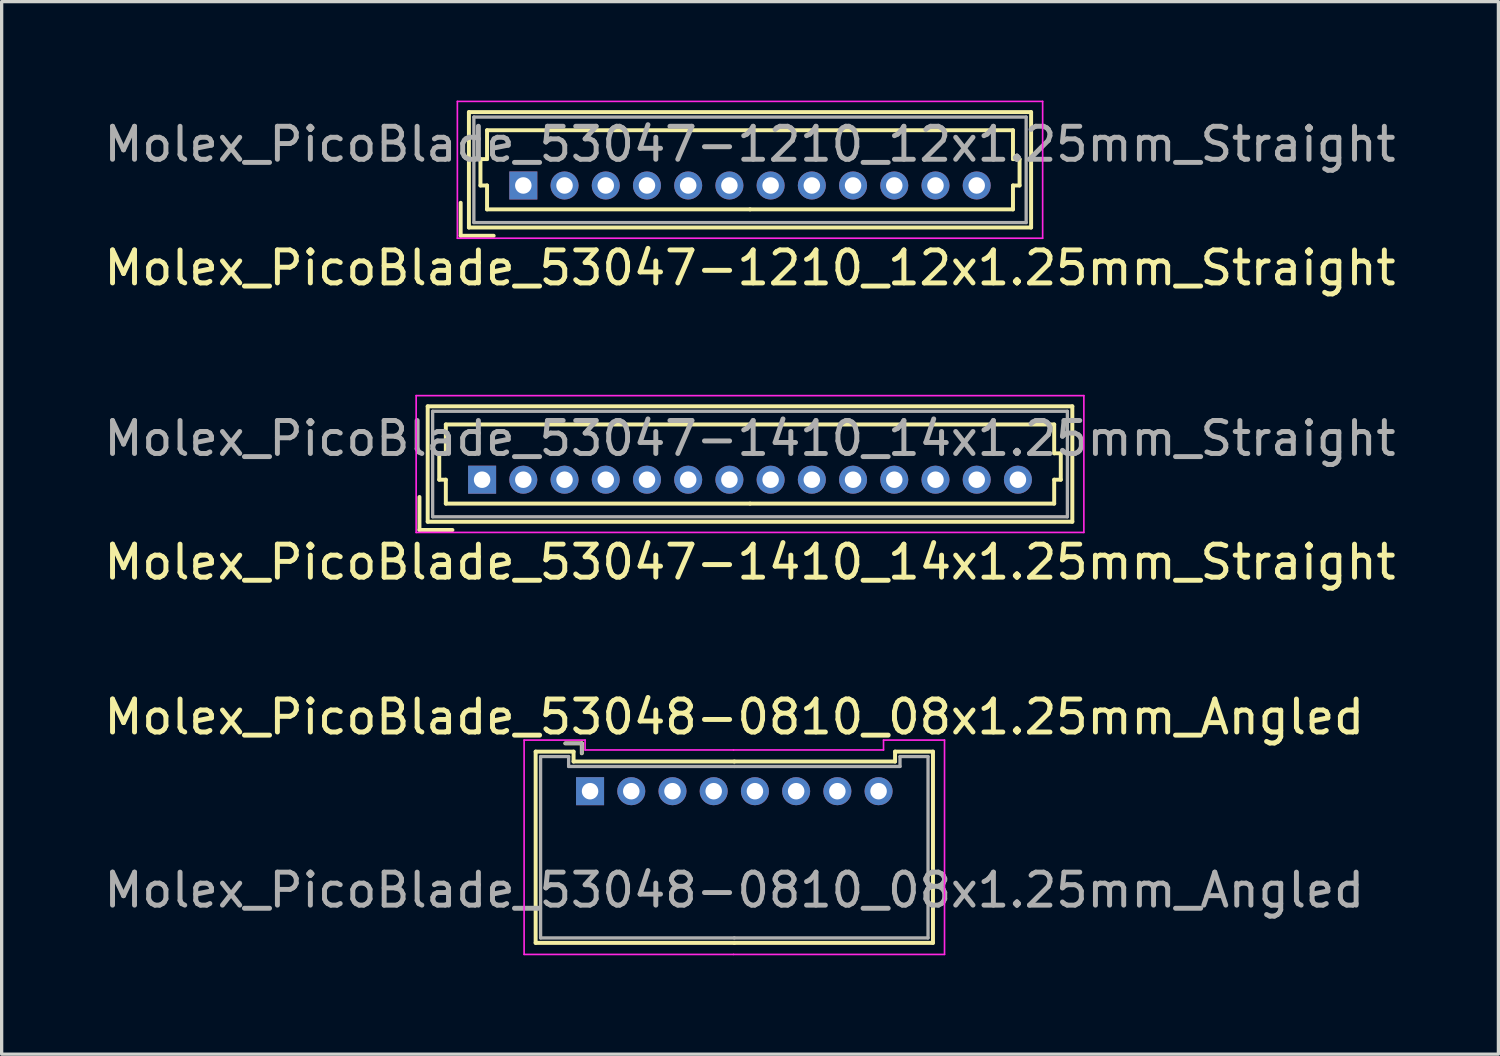
<source format=kicad_pcb>
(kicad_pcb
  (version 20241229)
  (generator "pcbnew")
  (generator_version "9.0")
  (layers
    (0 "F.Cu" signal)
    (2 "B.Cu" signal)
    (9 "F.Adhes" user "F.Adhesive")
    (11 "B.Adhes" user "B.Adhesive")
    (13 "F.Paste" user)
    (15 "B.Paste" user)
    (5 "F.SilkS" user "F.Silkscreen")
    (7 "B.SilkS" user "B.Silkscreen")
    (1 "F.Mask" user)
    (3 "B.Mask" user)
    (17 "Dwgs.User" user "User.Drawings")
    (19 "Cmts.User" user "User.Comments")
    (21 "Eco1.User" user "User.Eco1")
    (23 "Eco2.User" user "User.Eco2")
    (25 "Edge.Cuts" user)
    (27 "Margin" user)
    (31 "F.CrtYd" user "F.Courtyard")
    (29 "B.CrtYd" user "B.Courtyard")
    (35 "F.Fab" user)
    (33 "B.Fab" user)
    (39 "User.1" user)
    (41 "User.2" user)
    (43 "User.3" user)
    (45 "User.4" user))
  (footprint "Molex_PicoBlade_53047-1210_12x1.25mm_Straight"
    (layer "F.Cu")
    (at 12.821 2.575)
    (property "Reference" "Molex_PicoBlade_53047-1210_12x1.25mm_Straight" (at 6.875 2.5 0) (layer "F.SilkS") (effects (font (size 1 1) (thickness 0.15))))
    (attr through_hole)
    (fp_line (start -1.9 1.525) (end -1.9 0.525) (stroke (width 0.12) (type solid)) (layer "F.SilkS"))
    (fp_line (start -1.9 1.525) (end -0.9 1.525) (stroke (width 0.12) (type solid)) (layer "F.SilkS"))
    (fp_line (start -1.65 -2.225) (end -1.65 1.275) (stroke (width 0.12) (type solid)) (layer "F.SilkS"))
    (fp_line (start -1.65 1.275) (end 15.4 1.275) (stroke (width 0.12) (type solid)) (layer "F.SilkS"))
    (fp_line (start -1.3 -0.8) (end -1.1 -0.8) (stroke (width 0.12) (type solid)) (layer "F.SilkS"))
    (fp_line (start -1.3 0) (end -1.3 -0.8) (stroke (width 0.12) (type solid)) (layer "F.SilkS"))
    (fp_line (start -1.1 -1.675) (end 6.875 -1.675) (stroke (width 0.12) (type solid)) (layer "F.SilkS"))
    (fp_line (start -1.1 -0.8) (end -1.1 -1.675) (stroke (width 0.12) (type solid)) (layer "F.SilkS"))
    (fp_line (start -1.1 0) (end -1.3 0) (stroke (width 0.12) (type solid)) (layer "F.SilkS"))
    (fp_line (start -1.1 0.725) (end -1.1 0) (stroke (width 0.12) (type solid)) (layer "F.SilkS"))
    (fp_line (start 6.875 0.725) (end -1.1 0.725) (stroke (width 0.12) (type solid)) (layer "F.SilkS"))
    (fp_line (start 6.875 0.725) (end 14.85 0.725) (stroke (width 0.12) (type solid)) (layer "F.SilkS"))
    (fp_line (start 14.85 -1.675) (end 6.875 -1.675) (stroke (width 0.12) (type solid)) (layer "F.SilkS"))
    (fp_line (start 14.85 -0.8) (end 14.85 -1.675) (stroke (width 0.12) (type solid)) (layer "F.SilkS"))
    (fp_line (start 14.85 0) (end 15.05 0) (stroke (width 0.12) (type solid)) (layer "F.SilkS"))
    (fp_line (start 14.85 0.725) (end 14.85 0) (stroke (width 0.12) (type solid)) (layer "F.SilkS"))
    (fp_line (start 15.05 -0.8) (end 14.85 -0.8) (stroke (width 0.12) (type solid)) (layer "F.SilkS"))
    (fp_line (start 15.05 0) (end 15.05 -0.8) (stroke (width 0.12) (type solid)) (layer "F.SilkS"))
    (fp_line (start 15.4 -2.225) (end -1.65 -2.225) (stroke (width 0.12) (type solid)) (layer "F.SilkS"))
    (fp_line (start 15.4 1.275) (end 15.4 -2.225) (stroke (width 0.12) (type solid)) (layer "F.SilkS"))
    (fp_line (start -2 -2.55) (end -2 1.6) (stroke (width 0.05) (type solid)) (layer "F.CrtYd"))
    (fp_line (start -2 1.6) (end 15.75 1.6) (stroke (width 0.05) (type solid)) (layer "F.CrtYd"))
    (fp_line (start 15.75 -2.55) (end -2 -2.55) (stroke (width 0.05) (type solid)) (layer "F.CrtYd"))
    (fp_line (start 15.75 1.6) (end 15.75 -2.55) (stroke (width 0.05) (type solid)) (layer "F.CrtYd"))
    (fp_line (start -1.5 -2.075) (end -1.5 1.125) (stroke (width 0.1) (type solid)) (layer "F.Fab"))
    (fp_line (start -1.5 1.125) (end 15.25 1.125) (stroke (width 0.1) (type solid)) (layer "F.Fab"))
    (fp_line (start 15.25 -2.075) (end -1.5 -2.075) (stroke (width 0.1) (type solid)) (layer "F.Fab"))
    (fp_line (start 15.25 1.125) (end 15.25 -2.075) (stroke (width 0.1) (type solid)) (layer "F.Fab"))
    (fp_text user "${REFERENCE}" (at 6.875 -1.25 0) (layer "F.Fab") (effects (font (size 1 1) (thickness 0.15))))
    (pad "1" thru_hole rect (at 0 0) (size 0.85 0.85) (drill 0.5) (layers "*.Cu" "*.Mask"))
    (pad "2" thru_hole circle (at 1.25 0) (size 0.85 0.85) (drill 0.5) (layers "*.Cu" "*.Mask"))
    (pad "3" thru_hole circle (at 2.5 0) (size 0.85 0.85) (drill 0.5) (layers "*.Cu" "*.Mask"))
    (pad "4" thru_hole circle (at 3.75 0) (size 0.85 0.85) (drill 0.5) (layers "*.Cu" "*.Mask"))
    (pad "5" thru_hole circle (at 5 0) (size 0.85 0.85) (drill 0.5) (layers "*.Cu" "*.Mask"))
    (pad "6" thru_hole circle (at 6.25 0) (size 0.85 0.85) (drill 0.5) (layers "*.Cu" "*.Mask"))
    (pad "7" thru_hole circle (at 7.5 0) (size 0.85 0.85) (drill 0.5) (layers "*.Cu" "*.Mask"))
    (pad "8" thru_hole circle (at 8.75 0) (size 0.85 0.85) (drill 0.5) (layers "*.Cu" "*.Mask"))
    (pad "9" thru_hole circle (at 10 0) (size 0.85 0.85) (drill 0.5) (layers "*.Cu" "*.Mask"))
    (pad "10" thru_hole circle (at 11.25 0) (size 0.85 0.85) (drill 0.5) (layers "*.Cu" "*.Mask"))
    (pad "11" thru_hole circle (at 12.5 0) (size 0.85 0.85) (drill 0.5) (layers "*.Cu" "*.Mask"))
    (pad "12" thru_hole circle (at 13.75 0) (size 0.85 0.85) (drill 0.5) (layers "*.Cu" "*.Mask")))
  (footprint "Molex_PicoBlade_53047-1410_14x1.25mm_Straight"
    (layer "F.Cu")
    (at 11.571 11.498)
    (property "Reference" "Molex_PicoBlade_53047-1410_14x1.25mm_Straight" (at 8.125 2.5 0) (layer "F.SilkS") (effects (font (size 1 1) (thickness 0.15))))
    (attr through_hole)
    (fp_line (start -1.9 1.525) (end -1.9 0.525) (stroke (width 0.12) (type solid)) (layer "F.SilkS"))
    (fp_line (start -1.9 1.525) (end -0.9 1.525) (stroke (width 0.12) (type solid)) (layer "F.SilkS"))
    (fp_line (start -1.65 -2.225) (end -1.65 1.275) (stroke (width 0.12) (type solid)) (layer "F.SilkS"))
    (fp_line (start -1.65 1.275) (end 17.9 1.275) (stroke (width 0.12) (type solid)) (layer "F.SilkS"))
    (fp_line (start -1.3 -0.8) (end -1.1 -0.8) (stroke (width 0.12) (type solid)) (layer "F.SilkS"))
    (fp_line (start -1.3 0) (end -1.3 -0.8) (stroke (width 0.12) (type solid)) (layer "F.SilkS"))
    (fp_line (start -1.1 -1.675) (end 8.125 -1.675) (stroke (width 0.12) (type solid)) (layer "F.SilkS"))
    (fp_line (start -1.1 -0.8) (end -1.1 -1.675) (stroke (width 0.12) (type solid)) (layer "F.SilkS"))
    (fp_line (start -1.1 0) (end -1.3 0) (stroke (width 0.12) (type solid)) (layer "F.SilkS"))
    (fp_line (start -1.1 0.725) (end -1.1 0) (stroke (width 0.12) (type solid)) (layer "F.SilkS"))
    (fp_line (start 8.125 0.725) (end -1.1 0.725) (stroke (width 0.12) (type solid)) (layer "F.SilkS"))
    (fp_line (start 8.125 0.725) (end 17.35 0.725) (stroke (width 0.12) (type solid)) (layer "F.SilkS"))
    (fp_line (start 17.35 -1.675) (end 8.125 -1.675) (stroke (width 0.12) (type solid)) (layer "F.SilkS"))
    (fp_line (start 17.35 -0.8) (end 17.35 -1.675) (stroke (width 0.12) (type solid)) (layer "F.SilkS"))
    (fp_line (start 17.35 0) (end 17.55 0) (stroke (width 0.12) (type solid)) (layer "F.SilkS"))
    (fp_line (start 17.35 0.725) (end 17.35 0) (stroke (width 0.12) (type solid)) (layer "F.SilkS"))
    (fp_line (start 17.55 -0.8) (end 17.35 -0.8) (stroke (width 0.12) (type solid)) (layer "F.SilkS"))
    (fp_line (start 17.55 0) (end 17.55 -0.8) (stroke (width 0.12) (type solid)) (layer "F.SilkS"))
    (fp_line (start 17.9 -2.225) (end -1.65 -2.225) (stroke (width 0.12) (type solid)) (layer "F.SilkS"))
    (fp_line (start 17.9 1.275) (end 17.9 -2.225) (stroke (width 0.12) (type solid)) (layer "F.SilkS"))
    (fp_line (start -2 -2.55) (end -2 1.6) (stroke (width 0.05) (type solid)) (layer "F.CrtYd"))
    (fp_line (start -2 1.6) (end 18.25 1.6) (stroke (width 0.05) (type solid)) (layer "F.CrtYd"))
    (fp_line (start 18.25 -2.55) (end -2 -2.55) (stroke (width 0.05) (type solid)) (layer "F.CrtYd"))
    (fp_line (start 18.25 1.6) (end 18.25 -2.55) (stroke (width 0.05) (type solid)) (layer "F.CrtYd"))
    (fp_line (start -1.5 -2.075) (end -1.5 1.125) (stroke (width 0.1) (type solid)) (layer "F.Fab"))
    (fp_line (start -1.5 1.125) (end 17.75 1.125) (stroke (width 0.1) (type solid)) (layer "F.Fab"))
    (fp_line (start 17.75 -2.075) (end -1.5 -2.075) (stroke (width 0.1) (type solid)) (layer "F.Fab"))
    (fp_line (start 17.75 1.125) (end 17.75 -2.075) (stroke (width 0.1) (type solid)) (layer "F.Fab"))
    (fp_text user "${REFERENCE}" (at 8.125 -1.25 0) (layer "F.Fab") (effects (font (size 1 1) (thickness 0.15))))
    (pad "1" thru_hole rect (at 0 0) (size 0.85 0.85) (drill 0.5) (layers "*.Cu" "*.Mask"))
    (pad "2" thru_hole circle (at 1.25 0) (size 0.85 0.85) (drill 0.5) (layers "*.Cu" "*.Mask"))
    (pad "3" thru_hole circle (at 2.5 0) (size 0.85 0.85) (drill 0.5) (layers "*.Cu" "*.Mask"))
    (pad "4" thru_hole circle (at 3.75 0) (size 0.85 0.85) (drill 0.5) (layers "*.Cu" "*.Mask"))
    (pad "5" thru_hole circle (at 5 0) (size 0.85 0.85) (drill 0.5) (layers "*.Cu" "*.Mask"))
    (pad "6" thru_hole circle (at 6.25 0) (size 0.85 0.85) (drill 0.5) (layers "*.Cu" "*.Mask"))
    (pad "7" thru_hole circle (at 7.5 0) (size 0.85 0.85) (drill 0.5) (layers "*.Cu" "*.Mask"))
    (pad "8" thru_hole circle (at 8.75 0) (size 0.85 0.85) (drill 0.5) (layers "*.Cu" "*.Mask"))
    (pad "9" thru_hole circle (at 10 0) (size 0.85 0.85) (drill 0.5) (layers "*.Cu" "*.Mask"))
    (pad "10" thru_hole circle (at 11.25 0) (size 0.85 0.85) (drill 0.5) (layers "*.Cu" "*.Mask"))
    (pad "11" thru_hole circle (at 12.5 0) (size 0.85 0.85) (drill 0.5) (layers "*.Cu" "*.Mask"))
    (pad "12" thru_hole circle (at 13.75 0) (size 0.85 0.85) (drill 0.5) (layers "*.Cu" "*.Mask"))
    (pad "13" thru_hole circle (at 15 0) (size 0.85 0.85) (drill 0.5) (layers "*.Cu" "*.Mask"))
    (pad "14" thru_hole circle (at 16.25 0) (size 0.85 0.85) (drill 0.5) (layers "*.Cu" "*.Mask")))
  (footprint "Molex_PicoBlade_53048-0810_08x1.25mm_Angled"
    (layer "F.Cu")
    (at 14.845 20.945)
    (property "Reference" "Molex_PicoBlade_53048-0810_08x1.25mm_Angled" (at 4.375 -2.25 0) (layer "F.SilkS") (effects (font (size 1 1) (thickness 0.15))))
    (attr through_hole)
    (fp_line (start -1.65 -1.2) (end -1.65 4.6) (stroke (width 0.12) (type solid)) (layer "F.SilkS"))
    (fp_line (start -1.65 4.6) (end 4.375 4.6) (stroke (width 0.12) (type solid)) (layer "F.SilkS"))
    (fp_line (start -0.5 -1.2) (end -1.65 -1.2) (stroke (width 0.12) (type solid)) (layer "F.SilkS"))
    (fp_line (start -0.5 -0.9) (end -0.5 -1.2) (stroke (width 0.12) (type solid)) (layer "F.SilkS"))
    (fp_line (start -0.25 -1.45) (end -0.75 -1.45) (stroke (width 0.12) (type solid)) (layer "F.SilkS"))
    (fp_line (start -0.25 -1.15) (end -0.25 -1.45) (stroke (width 0.12) (type solid)) (layer "F.SilkS"))
    (fp_line (start 4.375 -0.9) (end -0.5 -0.9) (stroke (width 0.12) (type solid)) (layer "F.SilkS"))
    (fp_line (start 4.375 -0.9) (end 9.25 -0.9) (stroke (width 0.12) (type solid)) (layer "F.SilkS"))
    (fp_line (start 9.25 -1.2) (end 10.4 -1.2) (stroke (width 0.12) (type solid)) (layer "F.SilkS"))
    (fp_line (start 9.25 -0.9) (end 9.25 -1.2) (stroke (width 0.12) (type solid)) (layer "F.SilkS"))
    (fp_line (start 10.4 -1.2) (end 10.4 4.6) (stroke (width 0.12) (type solid)) (layer "F.SilkS"))
    (fp_line (start 10.4 4.6) (end 4.375 4.6) (stroke (width 0.12) (type solid)) (layer "F.SilkS"))
    (fp_line (start -2 -1.55) (end -2 4.95) (stroke (width 0.05) (type solid)) (layer "F.CrtYd"))
    (fp_line (start -2 4.95) (end 4.35 4.95) (stroke (width 0.05) (type solid)) (layer "F.CrtYd"))
    (fp_line (start -0.15 -1.55) (end -2 -1.55) (stroke (width 0.05) (type solid)) (layer "F.CrtYd"))
    (fp_line (start -0.15 -1.25) (end -0.15 -1.55) (stroke (width 0.05) (type solid)) (layer "F.CrtYd"))
    (fp_line (start 4.35 -1.25) (end -0.15 -1.25) (stroke (width 0.05) (type solid)) (layer "F.CrtYd"))
    (fp_line (start 4.35 -1.25) (end 8.9 -1.25) (stroke (width 0.05) (type solid)) (layer "F.CrtYd"))
    (fp_line (start 8.9 -1.55) (end 10.75 -1.55) (stroke (width 0.05) (type solid)) (layer "F.CrtYd"))
    (fp_line (start 8.9 -1.25) (end 8.9 -1.55) (stroke (width 0.05) (type solid)) (layer "F.CrtYd"))
    (fp_line (start 10.75 -1.55) (end 10.75 4.95) (stroke (width 0.05) (type solid)) (layer "F.CrtYd"))
    (fp_line (start 10.75 4.95) (end 4.35 4.95) (stroke (width 0.05) (type solid)) (layer "F.CrtYd"))
    (fp_line (start -1.5 -1.05) (end -1.5 4.45) (stroke (width 0.1) (type solid)) (layer "F.Fab"))
    (fp_line (start -1.5 4.45) (end 4.375 4.45) (stroke (width 0.1) (type solid)) (layer "F.Fab"))
    (fp_line (start -0.65 -1.05) (end -1.5 -1.05) (stroke (width 0.1) (type solid)) (layer "F.Fab"))
    (fp_line (start -0.65 -0.75) (end -0.65 -1.05) (stroke (width 0.1) (type solid)) (layer "F.Fab"))
    (fp_line (start -0.25 -1.45) (end -0.75 -1.45) (stroke (width 0.1) (type solid)) (layer "F.Fab"))
    (fp_line (start -0.25 -1.15) (end -0.25 -1.45) (stroke (width 0.1) (type solid)) (layer "F.Fab"))
    (fp_line (start 4.375 -0.75) (end -0.65 -0.75) (stroke (width 0.1) (type solid)) (layer "F.Fab"))
    (fp_line (start 4.375 -0.75) (end 9.4 -0.75) (stroke (width 0.1) (type solid)) (layer "F.Fab"))
    (fp_line (start 9.4 -1.05) (end 10.25 -1.05) (stroke (width 0.1) (type solid)) (layer "F.Fab"))
    (fp_line (start 9.4 -0.75) (end 9.4 -1.05) (stroke (width 0.1) (type solid)) (layer "F.Fab"))
    (fp_line (start 10.25 -1.05) (end 10.25 4.45) (stroke (width 0.1) (type solid)) (layer "F.Fab"))
    (fp_line (start 10.25 4.45) (end 4.375 4.45) (stroke (width 0.1) (type solid)) (layer "F.Fab"))
    (fp_text user "${REFERENCE}" (at 4.375 3 0) (layer "F.Fab") (effects (font (size 1 1) (thickness 0.15))))
    (pad "1" thru_hole rect (at 0 0) (size 0.85 0.85) (drill 0.5) (layers "*.Cu" "*.Mask"))
    (pad "2" thru_hole circle (at 1.25 0) (size 0.85 0.85) (drill 0.5) (layers "*.Cu" "*.Mask"))
    (pad "3" thru_hole circle (at 2.5 0) (size 0.85 0.85) (drill 0.5) (layers "*.Cu" "*.Mask"))
    (pad "4" thru_hole circle (at 3.75 0) (size 0.85 0.85) (drill 0.5) (layers "*.Cu" "*.Mask"))
    (pad "5" thru_hole circle (at 5 0) (size 0.85 0.85) (drill 0.5) (layers "*.Cu" "*.Mask"))
    (pad "6" thru_hole circle (at 6.25 0) (size 0.85 0.85) (drill 0.5) (layers "*.Cu" "*.Mask"))
    (pad "7" thru_hole circle (at 7.5 0) (size 0.85 0.85) (drill 0.5) (layers "*.Cu" "*.Mask"))
    (pad "8" thru_hole circle (at 8.75 0) (size 0.85 0.85) (drill 0.5) (layers "*.Cu" "*.Mask")))
  (gr_rect
    (start -3 -3)
    (end 42.393 28.92)
    (stroke (width 0.1) (type default))
    (fill no)
    (layer "Edge.Cuts")))
</source>
